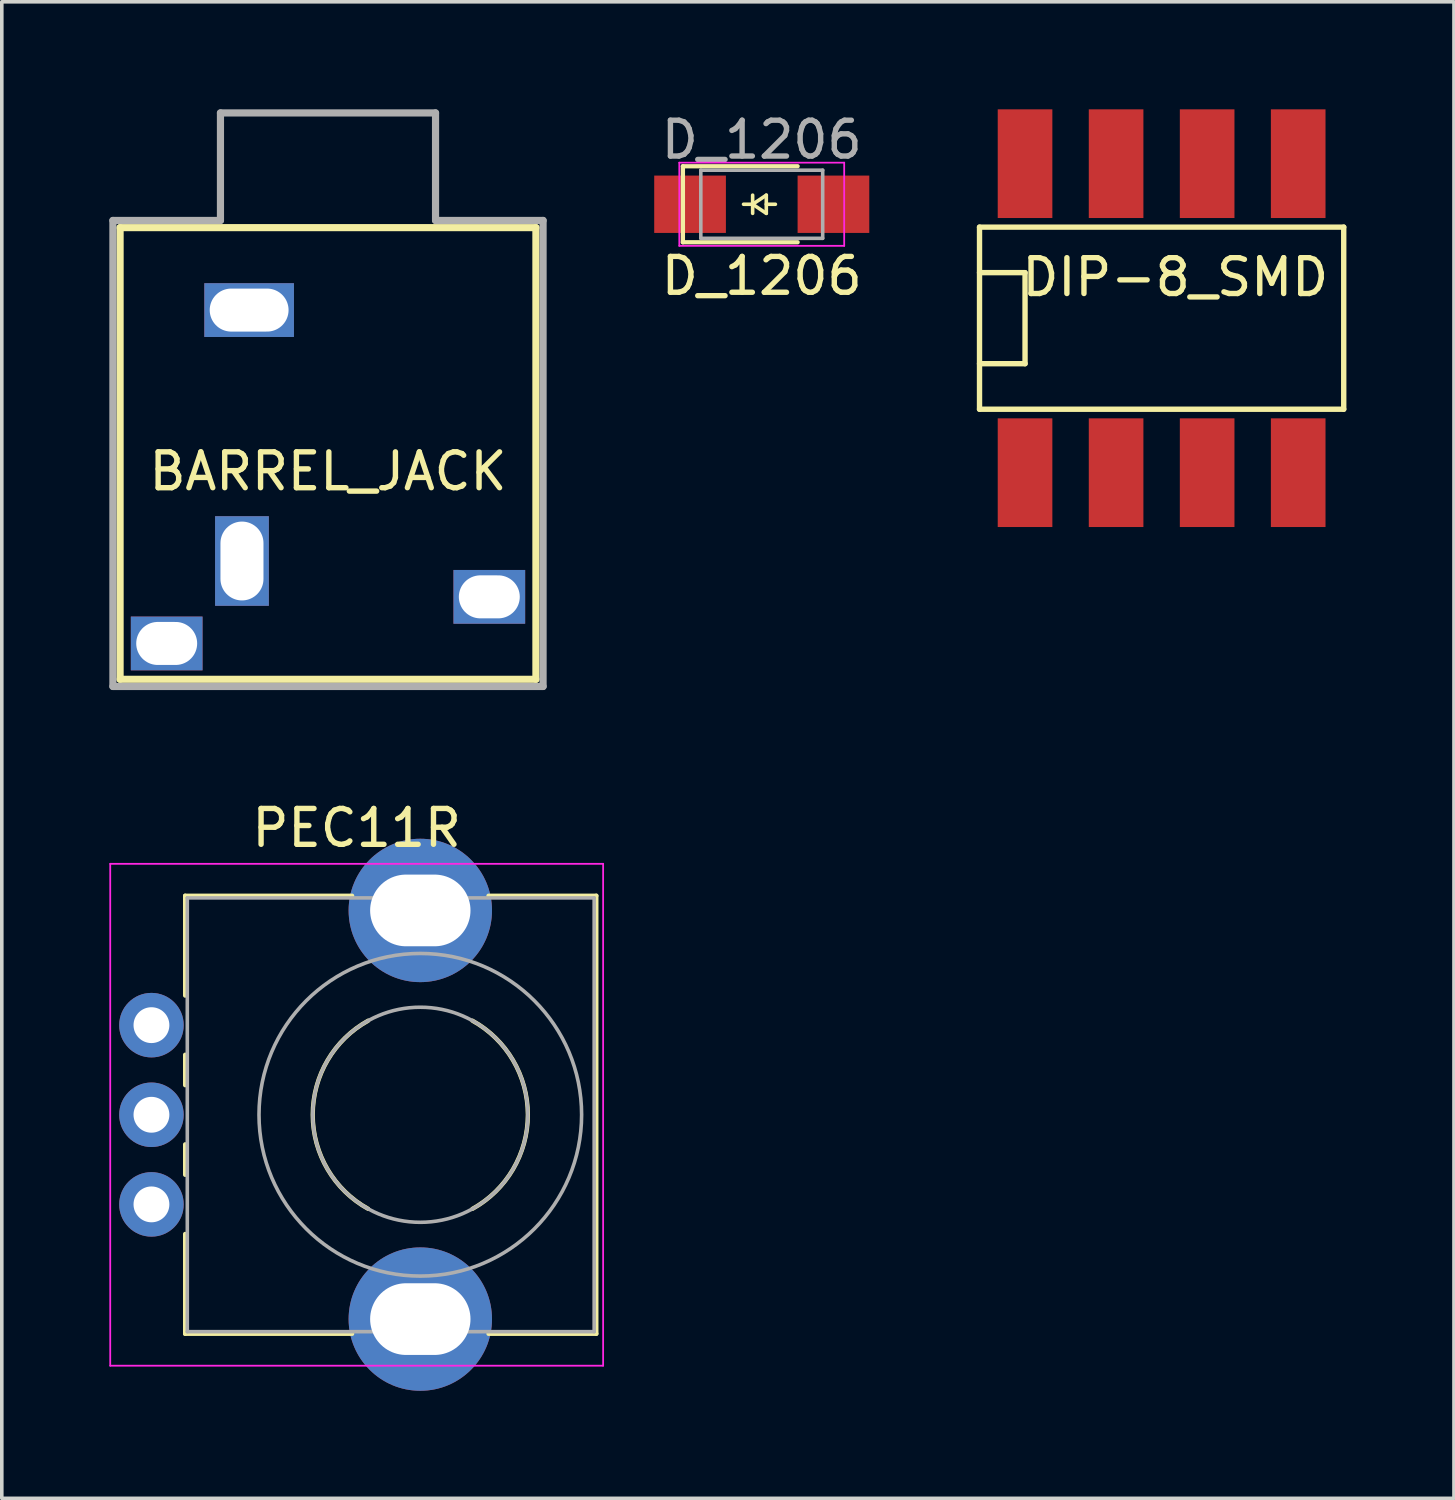
<source format=kicad_pcb>
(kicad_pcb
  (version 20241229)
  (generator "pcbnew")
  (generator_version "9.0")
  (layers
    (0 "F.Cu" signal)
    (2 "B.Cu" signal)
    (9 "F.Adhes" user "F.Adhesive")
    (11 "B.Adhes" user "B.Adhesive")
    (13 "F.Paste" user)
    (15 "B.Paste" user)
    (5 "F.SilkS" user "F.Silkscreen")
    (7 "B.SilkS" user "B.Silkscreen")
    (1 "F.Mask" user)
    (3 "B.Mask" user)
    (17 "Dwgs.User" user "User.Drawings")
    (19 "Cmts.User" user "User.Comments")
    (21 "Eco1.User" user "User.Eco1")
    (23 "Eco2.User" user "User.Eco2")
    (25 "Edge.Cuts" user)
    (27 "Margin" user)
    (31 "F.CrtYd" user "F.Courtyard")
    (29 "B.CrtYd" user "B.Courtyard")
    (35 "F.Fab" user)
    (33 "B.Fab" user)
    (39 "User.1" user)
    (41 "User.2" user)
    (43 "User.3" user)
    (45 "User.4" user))
  (footprint "BARREL_JACK"
    (layer "F.Cu")
    (at 6.1 3.1)
    (property "Reference" "BARREL_JACK" (at 0 7 180) (layer "F.SilkS") (effects (font (size 1 1) (thickness 0.15))))
    (attr through_hole)
    (fp_line (start -5.8 0.2) (end -5.8 12.8) (stroke (width 0.2) (type solid)) (layer "F.SilkS"))
    (fp_line (start -5.8 12.8) (end 5.8 12.8) (stroke (width 0.2) (type solid)) (layer "F.SilkS"))
    (fp_line (start 5.8 0.2) (end -5.8 0.2) (stroke (width 0.2) (type solid)) (layer "F.SilkS"))
    (fp_line (start 5.8 12.8) (end 5.8 0.2) (stroke (width 0.2) (type solid)) (layer "F.SilkS"))
    (fp_line (start -6 0) (end -6 13) (stroke (width 0.2) (type solid)) (layer "F.Fab"))
    (fp_line (start -6 0) (end -3 0) (stroke (width 0.2) (type solid)) (layer "F.Fab"))
    (fp_line (start -6 13) (end 6 13) (stroke (width 0.2) (type solid)) (layer "F.Fab"))
    (fp_line (start -3 0) (end -3 -3) (stroke (width 0.2) (type solid)) (layer "F.Fab"))
    (fp_line (start 3 -3) (end -3 -3) (stroke (width 0.2) (type solid)) (layer "F.Fab"))
    (fp_line (start 3 0) (end 3 -3) (stroke (width 0.2) (type solid)) (layer "F.Fab"))
    (fp_line (start 3 0) (end 6 0) (stroke (width 0.2) (type solid)) (layer "F.Fab"))
    (fp_line (start 6 13) (end 6 0) (stroke (width 0.2) (type solid)) (layer "F.Fab"))
    (pad "" thru_hole rect (at -2.4 9.5) (size 1.5 2.5) (drill oval 1.2 2.2) (layers "*.Cu" "*.Mask"))
    (pad "1" thru_hole rect (at -2.2 2.5) (size 2.5 1.5) (drill oval 2.2 1.2) (layers "*.Cu" "*.Mask"))
    (pad "2" thru_hole rect (at -4.5 11.8) (size 2 1.5) (drill oval 1.7 1.2) (layers "*.Cu" "*.Mask"))
    (pad "3" thru_hole rect (at 4.5 10.5) (size 2 1.5) (drill oval 1.7 1.2) (layers "*.Cu" "*.Mask")))
  (footprint "PEC11R"
    (layer "F.Cu")
    (at 1.175 30.548)
    (property "Reference" "PEC11R" (at 5.725 -10.5 0) (layer "F.SilkS") (effects (font (size 1 1) (thickness 0.15))))
    (attr through_hole)
    (fp_line (start 0.94 -8.61) (end 0.94 -5.825) (stroke (width 0.12) (type solid)) (layer "F.SilkS"))
    (fp_line (start 0.94 -8.61) (end 5.598 -8.61) (stroke (width 0.12) (type solid)) (layer "F.SilkS"))
    (fp_line (start 0.94 -4.175) (end 0.94 -3.325) (stroke (width 0.12) (type solid)) (layer "F.SilkS"))
    (fp_line (start 0.94 -1.675) (end 0.94 -0.825) (stroke (width 0.12) (type solid)) (layer "F.SilkS"))
    (fp_line (start 0.94 0.825) (end 0.94 3.61) (stroke (width 0.12) (type solid)) (layer "F.SilkS"))
    (fp_line (start 0.94 3.61) (end 5.598 3.61) (stroke (width 0.12) (type solid)) (layer "F.SilkS"))
    (fp_line (start 9.403 -8.61) (end 12.41 -8.61) (stroke (width 0.12) (type solid)) (layer "F.SilkS"))
    (fp_line (start 9.403 3.61) (end 12.41 3.61) (stroke (width 0.12) (type solid)) (layer "F.SilkS"))
    (fp_line (start 12.41 -8.61) (end 12.41 3.61) (stroke (width 0.12) (type solid)) (layer "F.SilkS"))
    (fp_arc (start 6.044376 0.1241) (mid 4.49921 -2.500928) (end 6.046 -5.125) (stroke (width 0.12) (type solid)) (layer "F.SilkS"))
    (fp_arc (start 8.954246 -5.124418) (mid 10.5004 -2.500431) (end 8.955 0.124) (stroke (width 0.12) (type solid)) (layer "F.SilkS"))
    (fp_line (start -1.15 -9.5) (end -1.15 4.5) (stroke (width 0.05) (type solid)) (layer "F.CrtYd"))
    (fp_line (start -1.15 4.5) (end 12.6 4.5) (stroke (width 0.05) (type solid)) (layer "F.CrtYd"))
    (fp_line (start 12.6 -9.5) (end -1.15 -9.5) (stroke (width 0.05) (type solid)) (layer "F.CrtYd"))
    (fp_line (start 12.6 4.5) (end 12.6 -9.5) (stroke (width 0.05) (type solid)) (layer "F.CrtYd"))
    (fp_line (start 1 -8.55) (end 1 3.55) (stroke (width 0.1) (type solid)) (layer "F.Fab"))
    (fp_line (start 1 3.55) (end 12.35 3.55) (stroke (width 0.1) (type solid)) (layer "F.Fab"))
    (fp_line (start 12.35 -8.55) (end 1 -8.55) (stroke (width 0.1) (type solid)) (layer "F.Fab"))
    (fp_line (start 12.35 3.55) (end 12.35 -8.55) (stroke (width 0.1) (type solid)) (layer "F.Fab"))
    (fp_circle (center 7.5 -2.5) (end 10.5 -2.5) (stroke (width 0.1) (type solid)) (fill no) (layer "F.Fab"))
    (fp_circle (center 7.5 -2.5) (end 12 -2.5) (stroke (width 0.1) (type solid)) (fill no) (layer "F.Fab"))
    (pad "" np_thru_hole circle (at 7.5 -8.2) (size 4 4) (drill oval 2.8 2) (layers "*.Cu" "*.Mask"))
    (pad "" np_thru_hole circle (at 7.5 3.2) (size 4 4) (drill oval 2.8 2) (layers "*.Cu" "*.Mask"))
    (pad "1" thru_hole circle (at 0 0) (size 1.8 1.8) (drill 1) (layers "*.Cu" "*.Mask"))
    (pad "2" thru_hole circle (at 0 -2.5) (size 1.8 1.8) (drill 1) (layers "*.Cu" "*.Mask"))
    (pad "3" thru_hole circle (at 0 -5) (size 1.8 1.8) (drill 1) (layers "*.Cu" "*.Mask")))
  (footprint "D_1206"
    (layer "F.Cu")
    (at 18.2 2.648)
    (property "Reference" "D_1206" (at 0 2 0) (layer "F.SilkS") (effects (font (size 1 1) (thickness 0.15))))
    (attr smd)
    (fp_line (start -2.2 -1.06) (end -2.2 1.06) (stroke (width 0.12) (type solid)) (layer "F.SilkS"))
    (fp_line (start -2.2 1.06) (end 1 1.06) (stroke (width 0.12) (type solid)) (layer "F.SilkS"))
    (fp_line (start -0.254 -0.254) (end -0.254 0.254) (stroke (width 0.1) (type solid)) (layer "F.SilkS"))
    (fp_line (start -0.254 0) (end -0.508 0) (stroke (width 0.1) (type solid)) (layer "F.SilkS"))
    (fp_line (start -0.254 0) (end 0.127 -0.254) (stroke (width 0.1) (type solid)) (layer "F.SilkS"))
    (fp_line (start 0.127 -0.254) (end 0.127 0.254) (stroke (width 0.1) (type solid)) (layer "F.SilkS"))
    (fp_line (start 0.127 0) (end 0.381 0) (stroke (width 0.1) (type solid)) (layer "F.SilkS"))
    (fp_line (start 0.127 0.254) (end -0.254 0) (stroke (width 0.1) (type solid)) (layer "F.SilkS"))
    (fp_line (start 1 -1.06) (end -2.2 -1.06) (stroke (width 0.12) (type solid)) (layer "F.SilkS"))
    (fp_line (start -2.3 -1.16) (end -2.3 1.16) (stroke (width 0.05) (type solid)) (layer "F.CrtYd"))
    (fp_line (start -2.3 -1.16) (end 2.3 -1.16) (stroke (width 0.05) (type solid)) (layer "F.CrtYd"))
    (fp_line (start -2.3 1.16) (end 2.3 1.16) (stroke (width 0.05) (type solid)) (layer "F.CrtYd"))
    (fp_line (start 2.3 -1.16) (end 2.3 1.16) (stroke (width 0.05) (type solid)) (layer "F.CrtYd"))
    (fp_line (start -1.7 -0.95) (end 1.7 -0.95) (stroke (width 0.1) (type solid)) (layer "F.Fab"))
    (fp_line (start -1.7 0.95) (end -1.7 -0.95) (stroke (width 0.1) (type solid)) (layer "F.Fab"))
    (fp_line (start 1.7 -0.95) (end 1.7 0.95) (stroke (width 0.1) (type solid)) (layer "F.Fab"))
    (fp_line (start 1.7 0.95) (end -1.7 0.95) (stroke (width 0.1) (type solid)) (layer "F.Fab"))
    (fp_text user "${REFERENCE}" (at 0 -1.8 0) (layer "F.Fab") (effects (font (size 1 1) (thickness 0.15))))
    (pad "1" smd rect (at -2 0) (size 2 1.6) (layers "F.Cu" "F.Mask" "F.Paste"))
    (pad "2" smd rect (at 2 0) (size 2 1.6) (layers "F.Cu" "F.Mask" "F.Paste")))
  (footprint "DIP-8_SMD"
    (layer "F.Cu")
    (at 29.355 5.826)
    (property "Reference" "DIP-8_SMD" (at 0.381 -1.143 0) (layer "F.SilkS") (effects (font (size 1 1) (thickness 0.15))))
    (attr smd)
    (fp_line (start -5.08 -2.54) (end -5.08 2.54) (stroke (width 0.15) (type solid)) (layer "F.SilkS"))
    (fp_line (start -5.08 -1.27) (end -3.81 -1.27) (stroke (width 0.15) (type solid)) (layer "F.SilkS"))
    (fp_line (start -5.08 2.54) (end 5.08 2.54) (stroke (width 0.15) (type solid)) (layer "F.SilkS"))
    (fp_line (start -3.81 -1.27) (end -3.81 1.27) (stroke (width 0.15) (type solid)) (layer "F.SilkS"))
    (fp_line (start -3.81 1.27) (end -5.08 1.27) (stroke (width 0.15) (type solid)) (layer "F.SilkS"))
    (fp_line (start 5.08 -2.54) (end -5.08 -2.54) (stroke (width 0.15) (type solid)) (layer "F.SilkS"))
    (fp_line (start 5.08 2.54) (end 5.08 -2.54) (stroke (width 0.15) (type solid)) (layer "F.SilkS"))
    (pad "1" smd rect (at -3.81 4.31) (size 1.524 3.032) (layers "F.Cu" "F.Mask" "F.Paste"))
    (pad "2" smd rect (at -1.27 4.31) (size 1.524 3.032) (layers "F.Cu" "F.Mask" "F.Paste"))
    (pad "3" smd rect (at 1.27 4.31) (size 1.524 3.032) (layers "F.Cu" "F.Mask" "F.Paste"))
    (pad "4" smd rect (at 3.81 4.31) (size 1.524 3.032) (layers "F.Cu" "F.Mask" "F.Paste"))
    (pad "5" smd rect (at 3.81 -4.31) (size 1.524 3.032) (layers "F.Cu" "F.Mask" "F.Paste"))
    (pad "6" smd rect (at 1.27 -4.31) (size 1.524 3.032) (layers "F.Cu" "F.Mask" "F.Paste"))
    (pad "7" smd rect (at -1.27 -4.31) (size 1.524 3.032) (layers "F.Cu" "F.Mask" "F.Paste"))
    (pad "8" smd rect (at -3.81 -4.31) (size 1.524 3.032) (layers "F.Cu" "F.Mask" "F.Paste")))
  (gr_rect
    (start -3 -3)
    (end 37.51 38.748)
    (stroke (width 0.1) (type default))
    (fill no)
    (layer "Edge.Cuts")))
</source>
